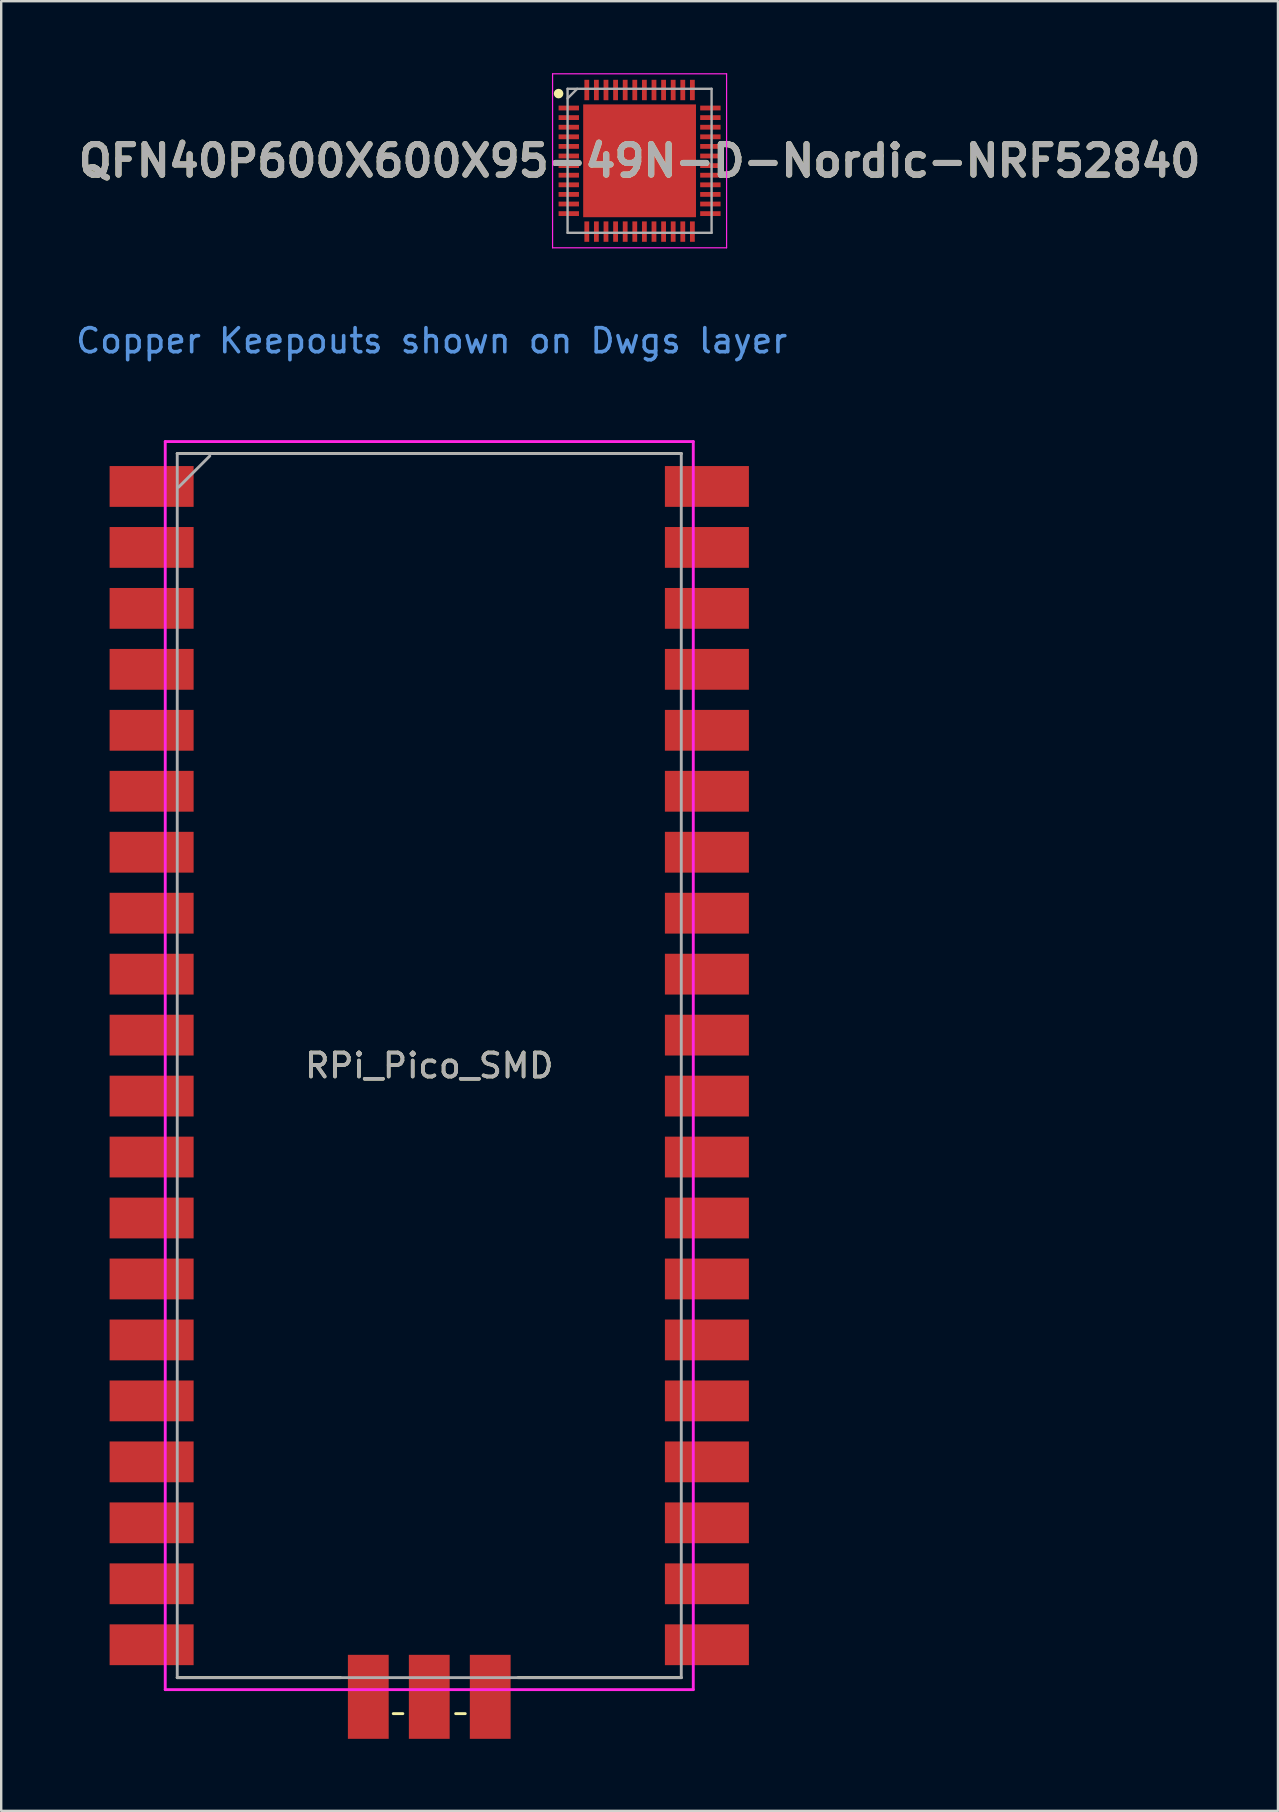
<source format=kicad_pcb>
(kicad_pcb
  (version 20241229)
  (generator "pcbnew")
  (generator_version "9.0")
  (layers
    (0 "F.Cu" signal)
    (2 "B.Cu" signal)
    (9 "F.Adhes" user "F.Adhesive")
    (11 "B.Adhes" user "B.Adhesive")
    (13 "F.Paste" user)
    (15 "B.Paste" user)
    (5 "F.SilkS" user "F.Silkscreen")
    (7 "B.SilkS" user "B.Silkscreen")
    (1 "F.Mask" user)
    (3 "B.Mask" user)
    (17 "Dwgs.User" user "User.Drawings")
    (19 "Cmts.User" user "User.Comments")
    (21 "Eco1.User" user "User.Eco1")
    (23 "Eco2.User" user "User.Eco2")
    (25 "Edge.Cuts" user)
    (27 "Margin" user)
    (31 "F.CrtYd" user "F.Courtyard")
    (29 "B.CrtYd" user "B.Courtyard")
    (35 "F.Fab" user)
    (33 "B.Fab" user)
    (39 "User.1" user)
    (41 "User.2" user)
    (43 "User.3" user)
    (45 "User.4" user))
  (footprint "QFN40P600X600X95-49N-D-Nordic-NRF52840"
    (layer "F.Cu")
    (at 23.598 3.65)
    (property "Reference" "QFN40P600X600X95-49N-D-Nordic-NRF52840" (at 0 0 0) (layer "F.SilkS") (effects (font (size 1.27 1.27) (thickness 0.254))))
    (attr smd)
    (fp_circle (center -3.375 -2.8) (end -3.375 -2.7) (stroke (width 0.2) (type solid)) (fill no) (layer "F.SilkS"))
    (fp_line (start -3.625 -3.625) (end 3.625 -3.625) (stroke (width 0.05) (type solid)) (layer "F.CrtYd"))
    (fp_line (start -3.625 3.625) (end -3.625 -3.625) (stroke (width 0.05) (type solid)) (layer "F.CrtYd"))
    (fp_line (start 3.625 -3.625) (end 3.625 3.625) (stroke (width 0.05) (type solid)) (layer "F.CrtYd"))
    (fp_line (start 3.625 3.625) (end -3.625 3.625) (stroke (width 0.05) (type solid)) (layer "F.CrtYd"))
    (fp_line (start -3 -3) (end 3 -3) (stroke (width 0.1) (type solid)) (layer "F.Fab"))
    (fp_line (start -3 -2.6) (end -2.6 -3) (stroke (width 0.1) (type solid)) (layer "F.Fab"))
    (fp_line (start -3 3) (end -3 -3) (stroke (width 0.1) (type solid)) (layer "F.Fab"))
    (fp_line (start 3 -3) (end 3 3) (stroke (width 0.1) (type solid)) (layer "F.Fab"))
    (fp_line (start 3 3) (end -3 3) (stroke (width 0.1) (type solid)) (layer "F.Fab"))
    (fp_text user "${REFERENCE}" (at 0 0 0) (layer "F.Fab") (effects (font (size 1.27 1.27) (thickness 0.254))))
    (pad "1" smd rect (at -2.95 -2.2 90) (size 0.2 0.85) (layers "F.Cu" "F.Mask" "F.Paste"))
    (pad "2" smd rect (at -2.95 -1.8 90) (size 0.2 0.85) (layers "F.Cu" "F.Mask" "F.Paste"))
    (pad "3" smd rect (at -2.95 -1.4 90) (size 0.2 0.85) (layers "F.Cu" "F.Mask" "F.Paste"))
    (pad "4" smd rect (at -2.95 -1 90) (size 0.2 0.85) (layers "F.Cu" "F.Mask" "F.Paste"))
    (pad "5" smd rect (at -2.95 -0.6 90) (size 0.2 0.85) (layers "F.Cu" "F.Mask" "F.Paste"))
    (pad "6" smd rect (at -2.95 -0.2 90) (size 0.2 0.85) (layers "F.Cu" "F.Mask" "F.Paste"))
    (pad "7" smd rect (at -2.95 0.2 90) (size 0.2 0.85) (layers "F.Cu" "F.Mask" "F.Paste"))
    (pad "8" smd rect (at -2.95 0.6 90) (size 0.2 0.85) (layers "F.Cu" "F.Mask" "F.Paste"))
    (pad "9" smd rect (at -2.95 1 90) (size 0.2 0.85) (layers "F.Cu" "F.Mask" "F.Paste"))
    (pad "10" smd rect (at -2.95 1.4 90) (size 0.2 0.85) (layers "F.Cu" "F.Mask" "F.Paste"))
    (pad "11" smd rect (at -2.95 1.8 90) (size 0.2 0.85) (layers "F.Cu" "F.Mask" "F.Paste"))
    (pad "12" smd rect (at -2.95 2.2 90) (size 0.2 0.85) (layers "F.Cu" "F.Mask" "F.Paste"))
    (pad "13" smd rect (at -2.2 2.95) (size 0.2 0.85) (layers "F.Cu" "F.Mask" "F.Paste"))
    (pad "14" smd rect (at -1.8 2.95) (size 0.2 0.85) (layers "F.Cu" "F.Mask" "F.Paste"))
    (pad "15" smd rect (at -1.4 2.95) (size 0.2 0.85) (layers "F.Cu" "F.Mask" "F.Paste"))
    (pad "16" smd rect (at -1 2.95) (size 0.2 0.85) (layers "F.Cu" "F.Mask" "F.Paste"))
    (pad "17" smd rect (at -0.6 2.95) (size 0.2 0.85) (layers "F.Cu" "F.Mask" "F.Paste"))
    (pad "18" smd rect (at -0.2 2.95) (size 0.2 0.85) (layers "F.Cu" "F.Mask" "F.Paste"))
    (pad "19" smd rect (at 0.2 2.95) (size 0.2 0.85) (layers "F.Cu" "F.Mask" "F.Paste"))
    (pad "20" smd rect (at 0.6 2.95) (size 0.2 0.85) (layers "F.Cu" "F.Mask" "F.Paste"))
    (pad "21" smd rect (at 1 2.95) (size 0.2 0.85) (layers "F.Cu" "F.Mask" "F.Paste"))
    (pad "22" smd rect (at 1.4 2.95) (size 0.2 0.85) (layers "F.Cu" "F.Mask" "F.Paste"))
    (pad "23" smd rect (at 1.8 2.95) (size 0.2 0.85) (layers "F.Cu" "F.Mask" "F.Paste"))
    (pad "24" smd rect (at 2.2 2.95) (size 0.2 0.85) (layers "F.Cu" "F.Mask" "F.Paste"))
    (pad "25" smd rect (at 2.95 2.2 90) (size 0.2 0.85) (layers "F.Cu" "F.Mask" "F.Paste"))
    (pad "26" smd rect (at 2.95 1.8 90) (size 0.2 0.85) (layers "F.Cu" "F.Mask" "F.Paste"))
    (pad "27" smd rect (at 2.95 1.4 90) (size 0.2 0.85) (layers "F.Cu" "F.Mask" "F.Paste"))
    (pad "28" smd rect (at 2.95 1 90) (size 0.2 0.85) (layers "F.Cu" "F.Mask" "F.Paste"))
    (pad "29" smd rect (at 2.95 0.6 90) (size 0.2 0.85) (layers "F.Cu" "F.Mask" "F.Paste"))
    (pad "30" smd rect (at 2.95 0.2 90) (size 0.2 0.85) (layers "F.Cu" "F.Mask" "F.Paste"))
    (pad "31" smd rect (at 2.95 -0.2 90) (size 0.2 0.85) (layers "F.Cu" "F.Mask" "F.Paste"))
    (pad "32" smd rect (at 2.95 -0.6 90) (size 0.2 0.85) (layers "F.Cu" "F.Mask" "F.Paste"))
    (pad "33" smd rect (at 2.95 -1 90) (size 0.2 0.85) (layers "F.Cu" "F.Mask" "F.Paste"))
    (pad "34" smd rect (at 2.95 -1.4 90) (size 0.2 0.85) (layers "F.Cu" "F.Mask" "F.Paste"))
    (pad "35" smd rect (at 2.95 -1.8 90) (size 0.2 0.85) (layers "F.Cu" "F.Mask" "F.Paste"))
    (pad "36" smd rect (at 2.95 -2.2 90) (size 0.2 0.85) (layers "F.Cu" "F.Mask" "F.Paste"))
    (pad "37" smd rect (at 2.2 -2.95) (size 0.2 0.85) (layers "F.Cu" "F.Mask" "F.Paste"))
    (pad "38" smd rect (at 1.8 -2.95) (size 0.2 0.85) (layers "F.Cu" "F.Mask" "F.Paste"))
    (pad "39" smd rect (at 1.4 -2.95) (size 0.2 0.85) (layers "F.Cu" "F.Mask" "F.Paste"))
    (pad "40" smd rect (at 1 -2.95) (size 0.2 0.85) (layers "F.Cu" "F.Mask" "F.Paste"))
    (pad "41" smd rect (at 0.6 -2.95) (size 0.2 0.85) (layers "F.Cu" "F.Mask" "F.Paste"))
    (pad "42" smd rect (at 0.2 -2.95) (size 0.2 0.85) (layers "F.Cu" "F.Mask" "F.Paste"))
    (pad "43" smd rect (at -0.2 -2.95) (size 0.2 0.85) (layers "F.Cu" "F.Mask" "F.Paste"))
    (pad "44" smd rect (at -0.6 -2.95) (size 0.2 0.85) (layers "F.Cu" "F.Mask" "F.Paste"))
    (pad "45" smd rect (at -1 -2.95) (size 0.2 0.85) (layers "F.Cu" "F.Mask" "F.Paste"))
    (pad "46" smd rect (at -1.4 -2.95) (size 0.2 0.85) (layers "F.Cu" "F.Mask" "F.Paste"))
    (pad "47" smd rect (at -1.8 -2.95) (size 0.2 0.85) (layers "F.Cu" "F.Mask" "F.Paste"))
    (pad "48" smd rect (at -2.2 -2.95) (size 0.2 0.85) (layers "F.Cu" "F.Mask" "F.Paste"))
    (pad "49" smd rect (at 0 0) (size 4.7 4.7) (layers "F.Cu" "F.Mask" "F.Paste")))
  (footprint "RPi_Pico_SMD"
    (layer "F.Cu")
    (at 14.835 41.348)
    (property "Reference" "RPi_Pico_SMD" (at 0 0 180) (layer "F.SilkS") (effects (font (size 1 1) (thickness 0.15))))
    (attr through_hole)
    (fp_line (start -10.5 -25.5) (end 10.5 -25.5) (stroke (width 0.12) (type solid)) (layer "F.SilkS"))
    (fp_line (start -3.7 25.5) (end -10.5 25.5) (stroke (width 0.12) (type solid)) (layer "F.SilkS"))
    (fp_line (start -1.5 27) (end -1.1 27) (stroke (width 0.12) (type solid)) (layer "F.SilkS"))
    (fp_line (start 1.1 27) (end 1.5 27) (stroke (width 0.12) (type solid)) (layer "F.SilkS"))
    (fp_line (start 10.5 25.5) (end 3.7 25.5) (stroke (width 0.12) (type solid)) (layer "F.SilkS"))
    (fp_line (start -11 -26) (end 11 -26) (stroke (width 0.12) (type solid)) (layer "F.CrtYd"))
    (fp_line (start -11 26) (end -11 -26) (stroke (width 0.12) (type solid)) (layer "F.CrtYd"))
    (fp_line (start 11 -26) (end 11 26) (stroke (width 0.12) (type solid)) (layer "F.CrtYd"))
    (fp_line (start 11 26) (end -11 26) (stroke (width 0.12) (type solid)) (layer "F.CrtYd"))
    (fp_line (start -10.5 -25.5) (end 10.5 -25.5) (stroke (width 0.12) (type solid)) (layer "F.Fab"))
    (fp_line (start -10.5 25.5) (end -10.5 -25.5) (stroke (width 0.12) (type solid)) (layer "F.Fab"))
    (fp_line (start -10.444 -24.1) (end -9.144 -25.4) (stroke (width 0.12) (type solid)) (layer "F.Fab"))
    (fp_line (start 10.5 -25.5) (end 10.5 25.5) (stroke (width 0.12) (type solid)) (layer "F.Fab"))
    (fp_line (start 10.5 25.5) (end -10.5 25.5) (stroke (width 0.12) (type solid)) (layer "F.Fab"))
    (fp_text user "Copper Keepouts shown on Dwgs layer" (at 0.1 -30.2 180) (layer "Cmts.User") (effects (font (size 1 1) (thickness 0.15))))
    (fp_text user "${REFERENCE}" (at 0 0 180) (layer "F.Fab") (effects (font (size 1 1) (thickness 0.15))))
    (pad "1" smd rect (at -10.668 -24.13) (size 3.5 1.7) (drill (offset -0.9 0)) (layers "F.Cu" "F.Mask"))
    (pad "2" smd rect (at -10.668 -21.59) (size 3.5 1.7) (drill (offset -0.9 0)) (layers "F.Cu" "F.Mask"))
    (pad "3" smd rect (at -10.668 -19.05) (size 3.5 1.7) (drill (offset -0.9 0)) (layers "F.Cu" "F.Mask"))
    (pad "4" smd rect (at -10.668 -16.51) (size 3.5 1.7) (drill (offset -0.9 0)) (layers "F.Cu" "F.Mask"))
    (pad "5" smd rect (at -10.668 -13.97) (size 3.5 1.7) (drill (offset -0.9 0)) (layers "F.Cu" "F.Mask"))
    (pad "6" smd rect (at -10.668 -11.43) (size 3.5 1.7) (drill (offset -0.9 0)) (layers "F.Cu" "F.Mask"))
    (pad "7" smd rect (at -10.668 -8.89) (size 3.5 1.7) (drill (offset -0.9 0)) (layers "F.Cu" "F.Mask"))
    (pad "8" smd rect (at -10.668 -6.35) (size 3.5 1.7) (drill (offset -0.9 0)) (layers "F.Cu" "F.Mask"))
    (pad "9" smd rect (at -10.668 -3.81) (size 3.5 1.7) (drill (offset -0.9 0)) (layers "F.Cu" "F.Mask"))
    (pad "10" smd rect (at -10.668 -1.27) (size 3.5 1.7) (drill (offset -0.9 0)) (layers "F.Cu" "F.Mask"))
    (pad "11" smd rect (at -10.668 1.27) (size 3.5 1.7) (drill (offset -0.9 0)) (layers "F.Cu" "F.Mask"))
    (pad "12" smd rect (at -10.668 3.81) (size 3.5 1.7) (drill (offset -0.9 0)) (layers "F.Cu" "F.Mask"))
    (pad "13" smd rect (at -10.668 6.35) (size 3.5 1.7) (drill (offset -0.9 0)) (layers "F.Cu" "F.Mask"))
    (pad "14" smd rect (at -10.668 8.89) (size 3.5 1.7) (drill (offset -0.9 0)) (layers "F.Cu" "F.Mask"))
    (pad "15" smd rect (at -10.668 11.43) (size 3.5 1.7) (drill (offset -0.9 0)) (layers "F.Cu" "F.Mask"))
    (pad "16" smd rect (at -10.668 13.97) (size 3.5 1.7) (drill (offset -0.9 0)) (layers "F.Cu" "F.Mask"))
    (pad "17" smd rect (at -10.668 16.51) (size 3.5 1.7) (drill (offset -0.9 0)) (layers "F.Cu" "F.Mask"))
    (pad "18" smd rect (at -10.668 19.05) (size 3.5 1.7) (drill (offset -0.9 0)) (layers "F.Cu" "F.Mask"))
    (pad "19" smd rect (at -10.668 21.59) (size 3.5 1.7) (drill (offset -0.9 0)) (layers "F.Cu" "F.Mask"))
    (pad "20" smd rect (at -10.668 24.13) (size 3.5 1.7) (drill (offset -0.9 0)) (layers "F.Cu" "F.Mask"))
    (pad "21" smd rect (at 10.668 24.13) (size 3.5 1.7) (drill (offset 0.9 0)) (layers "F.Cu" "F.Mask"))
    (pad "22" smd rect (at 10.668 21.59) (size 3.5 1.7) (drill (offset 0.9 0)) (layers "F.Cu" "F.Mask"))
    (pad "23" smd rect (at 10.668 19.05) (size 3.5 1.7) (drill (offset 0.9 0)) (layers "F.Cu" "F.Mask"))
    (pad "24" smd rect (at 10.668 16.51) (size 3.5 1.7) (drill (offset 0.9 0)) (layers "F.Cu" "F.Mask"))
    (pad "25" smd rect (at 10.668 13.97) (size 3.5 1.7) (drill (offset 0.9 0)) (layers "F.Cu" "F.Mask"))
    (pad "26" smd rect (at 10.668 11.43) (size 3.5 1.7) (drill (offset 0.9 0)) (layers "F.Cu" "F.Mask"))
    (pad "27" smd rect (at 10.668 8.89) (size 3.5 1.7) (drill (offset 0.9 0)) (layers "F.Cu" "F.Mask"))
    (pad "28" smd rect (at 10.668 6.35) (size 3.5 1.7) (drill (offset 0.9 0)) (layers "F.Cu" "F.Mask"))
    (pad "29" smd rect (at 10.668 3.81) (size 3.5 1.7) (drill (offset 0.9 0)) (layers "F.Cu" "F.Mask"))
    (pad "30" smd rect (at 10.668 1.27) (size 3.5 1.7) (drill (offset 0.9 0)) (layers "F.Cu" "F.Mask"))
    (pad "31" smd rect (at 10.668 -1.27) (size 3.5 1.7) (drill (offset 0.9 0)) (layers "F.Cu" "F.Mask"))
    (pad "32" smd rect (at 10.668 -3.81) (size 3.5 1.7) (drill (offset 0.9 0)) (layers "F.Cu" "F.Mask"))
    (pad "33" smd rect (at 10.668 -6.35) (size 3.5 1.7) (drill (offset 0.9 0)) (layers "F.Cu" "F.Mask"))
    (pad "34" smd rect (at 10.668 -8.89) (size 3.5 1.7) (drill (offset 0.9 0)) (layers "F.Cu" "F.Mask"))
    (pad "35" smd rect (at 10.668 -11.43) (size 3.5 1.7) (drill (offset 0.9 0)) (layers "F.Cu" "F.Mask"))
    (pad "36" smd rect (at 10.668 -13.97) (size 3.5 1.7) (drill (offset 0.9 0)) (layers "F.Cu" "F.Mask"))
    (pad "37" smd rect (at 10.668 -16.51) (size 3.5 1.7) (drill (offset 0.9 0)) (layers "F.Cu" "F.Mask"))
    (pad "38" smd rect (at 10.668 -19.05) (size 3.5 1.7) (drill (offset 0.9 0)) (layers "F.Cu" "F.Mask"))
    (pad "39" smd rect (at 10.668 -21.59) (size 3.5 1.7) (drill (offset 0.9 0)) (layers "F.Cu" "F.Mask"))
    (pad "40" smd rect (at 10.668 -24.13) (size 3.5 1.7) (drill (offset 0.9 0)) (layers "F.Cu" "F.Mask"))
    (pad "41" smd rect (at -2.54 25.4 90) (size 3.5 1.7) (drill (offset -0.9 0)) (layers "F.Cu" "F.Mask"))
    (pad "42" smd rect (at 0 25.4 90) (size 3.5 1.7) (drill (offset -0.9 0)) (layers "F.Cu" "F.Mask"))
    (pad "43" smd rect (at 2.54 25.4 90) (size 3.5 1.7) (drill (offset -0.9 0)) (layers "F.Cu" "F.Mask")))
  (gr_rect
    (start -3 -3)
    (end 50.196 72.398)
    (stroke (width 0.1) (type default))
    (fill no)
    (layer "Edge.Cuts")))
</source>
